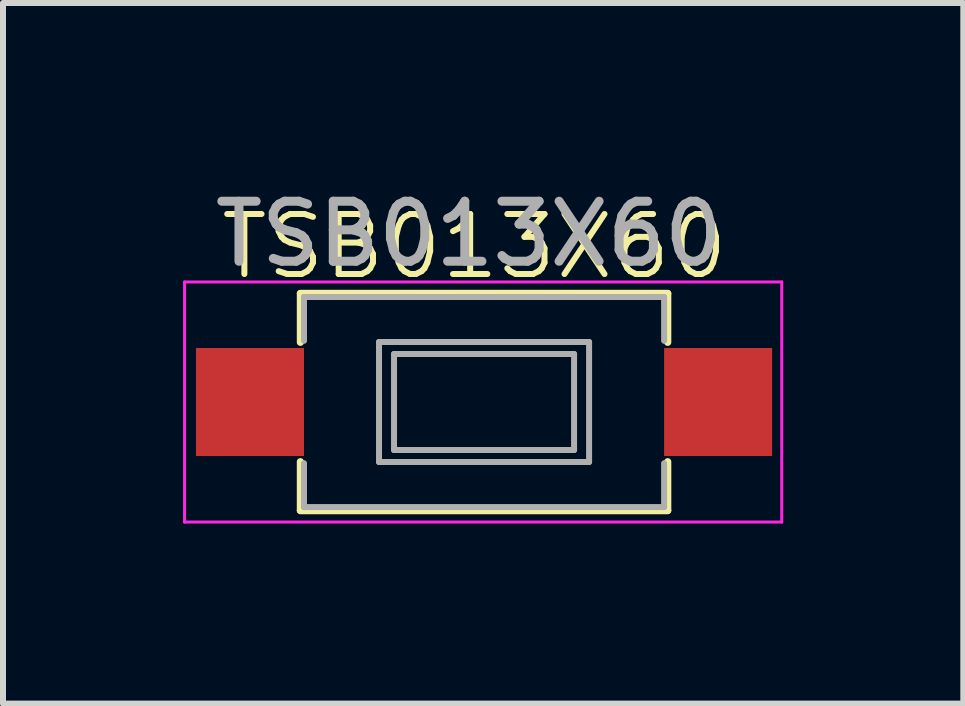
<source format=kicad_pcb>
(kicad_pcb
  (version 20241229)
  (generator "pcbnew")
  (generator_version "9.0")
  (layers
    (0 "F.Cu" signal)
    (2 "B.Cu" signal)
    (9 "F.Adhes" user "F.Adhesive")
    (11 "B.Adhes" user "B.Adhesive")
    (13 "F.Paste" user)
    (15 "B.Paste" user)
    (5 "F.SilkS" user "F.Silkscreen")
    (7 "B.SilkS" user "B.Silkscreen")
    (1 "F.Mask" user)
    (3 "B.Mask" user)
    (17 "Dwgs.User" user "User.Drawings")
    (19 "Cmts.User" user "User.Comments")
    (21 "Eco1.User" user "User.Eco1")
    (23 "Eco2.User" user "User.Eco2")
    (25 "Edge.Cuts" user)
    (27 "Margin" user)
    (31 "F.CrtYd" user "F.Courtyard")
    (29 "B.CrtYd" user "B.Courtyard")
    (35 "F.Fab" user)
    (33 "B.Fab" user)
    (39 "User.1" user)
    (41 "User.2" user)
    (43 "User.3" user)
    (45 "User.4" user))
  (footprint "TSB013X60"
    (layer "F.Cu")
    (at 4.825 3.648)
    (property "Reference" "TSB013X60" (at 0.03 -2.59 0) (unlocked yes) (layer "F.SilkS") (effects (font (size 1 1) (thickness 0.1))))
    (attr smd)
    (fp_line (start -2.87 -1.81) (end 3.25 -1.81) (stroke (width 0.12) (type solid)) (layer "F.SilkS"))
    (fp_line (start -2.87 -1.805) (end -2.87 -0.995) (stroke (width 0.12) (type default)) (layer "F.SilkS"))
    (fp_line (start -2.87 0.995) (end -2.87 1.805) (stroke (width 0.12) (type default)) (layer "F.SilkS"))
    (fp_line (start 3.25 -1.805) (end 3.25 -0.995) (stroke (width 0.12) (type default)) (layer "F.SilkS"))
    (fp_line (start 3.25 0.995) (end 3.25 1.805) (stroke (width 0.12) (type default)) (layer "F.SilkS"))
    (fp_line (start 3.25 1.81) (end -2.87 1.81) (stroke (width 0.12) (type solid)) (layer "F.SilkS"))
    (fp_line (start -4.8 -2) (end -4.8 2) (stroke (width 0.05) (type solid)) (layer "F.CrtYd"))
    (fp_line (start -4.8 -2) (end 5.15 -2) (stroke (width 0.05) (type solid)) (layer "F.CrtYd"))
    (fp_line (start -4.8 2) (end 5.15 2) (stroke (width 0.05) (type solid)) (layer "F.CrtYd"))
    (fp_line (start 5.15 -2) (end 5.15 2) (stroke (width 0.05) (type solid)) (layer "F.CrtYd"))
    (fp_line (start -2.81 -1.75) (end -2.81 -1.02) (stroke (width 0.1) (type default)) (layer "F.Fab"))
    (fp_line (start -2.81 -1.75) (end 3.19 -1.75) (stroke (width 0.1) (type solid)) (layer "F.Fab"))
    (fp_line (start -2.81 1.02) (end -2.81 1.75) (stroke (width 0.1) (type default)) (layer "F.Fab"))
    (fp_line (start -2.81 1.75) (end 3.19 1.75) (stroke (width 0.1) (type solid)) (layer "F.Fab"))
    (fp_line (start -1.56 -1) (end 1.94 -1) (stroke (width 0.1) (type solid)) (layer "F.Fab"))
    (fp_line (start -1.56 1) (end -1.56 -1) (stroke (width 0.1) (type solid)) (layer "F.Fab"))
    (fp_line (start -1.31 -0.8) (end -1.31 0.8) (stroke (width 0.1) (type solid)) (layer "F.Fab"))
    (fp_line (start -1.31 -0.8) (end 1.69 -0.8) (stroke (width 0.1) (type solid)) (layer "F.Fab"))
    (fp_line (start -1.31 0.8) (end 1.69 0.8) (stroke (width 0.1) (type solid)) (layer "F.Fab"))
    (fp_line (start 1.69 -0.8) (end 1.69 0.8) (stroke (width 0.1) (type solid)) (layer "F.Fab"))
    (fp_line (start 1.94 -1) (end 1.94 1) (stroke (width 0.1) (type solid)) (layer "F.Fab"))
    (fp_line (start 1.94 1) (end -1.56 1) (stroke (width 0.1) (type solid)) (layer "F.Fab"))
    (fp_line (start 3.19 -1.75) (end 3.19 -1.02) (stroke (width 0.1) (type default)) (layer "F.Fab"))
    (fp_line (start 3.19 1.02) (end 3.19 1.75) (stroke (width 0.1) (type default)) (layer "F.Fab"))
    (fp_text user "${REFERENCE}" (at -0.06 -2.8 0) (unlocked yes) (layer "F.Fab") (effects (font (size 1 1) (thickness 0.15))))
    (pad "1" smd rect (at -3.71 0) (size 1.8 1.8) (layers "F.Cu" "F.Mask" "F.Paste"))
    (pad "2" smd rect (at 4.09 0) (size 1.8 1.8) (layers "F.Cu" "F.Mask" "F.Paste")))
  (gr_rect
    (start -3 -3)
    (end 13 8.673)
    (stroke (width 0.1) (type default))
    (fill no)
    (layer "Edge.Cuts")))
</source>
